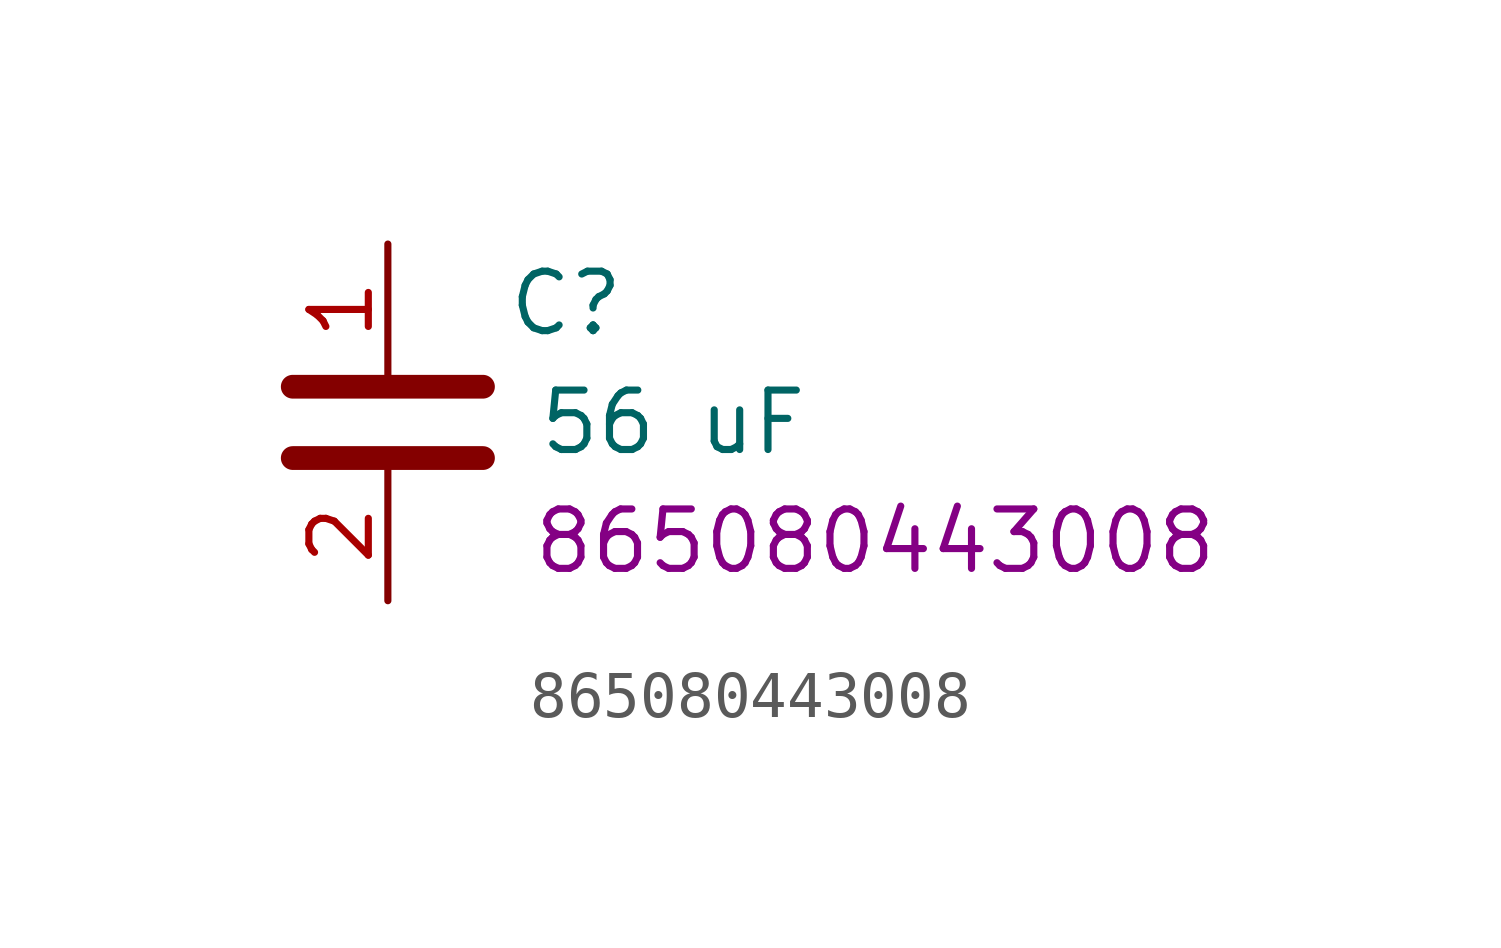
<source format=kicad_sym>
(kicad_symbol_lib
  (version 20220914)
  (generator kicad_symbol_editor)
  (symbol "865080443008"
    (property "Reference" "C"
      (at 3.81 2.54 0)
      (effects (font (size 1.27 1.27))))
    (property "Value" "56 uF"
      (at 6.096 0 0)
      (effects (font (size 1.27 1.27))))
    (property "Part number" "865080443008"
      (at 10.414 -2.54 0)
      (effects (font (size 1.27 1.27))))
    (symbol "865080443008_0_1"
      (polyline (pts (xy -2.032 -0.762) (xy 2.032 -0.762)) (stroke (width 0.508) (type default)) (fill (type none)))
      (polyline (pts (xy -2.032 0.762) (xy 2.032 0.762)) (stroke (width 0.508) (type default)) (fill (type none))))
    (symbol "865080443008_1_1"
      (pin passive line (at 0 3.81 270) (length 2.794) (name "~" (effects (font (size 1.27 1.27)))) (number "1" (effects (font (size 1.27 1.27)))))
      (pin passive line (at 0 -3.81 90) (length 2.794) (name "~" (effects (font (size 1.27 1.27)))) (number "2" (effects (font (size 1.27 1.27))))))))
</source>
